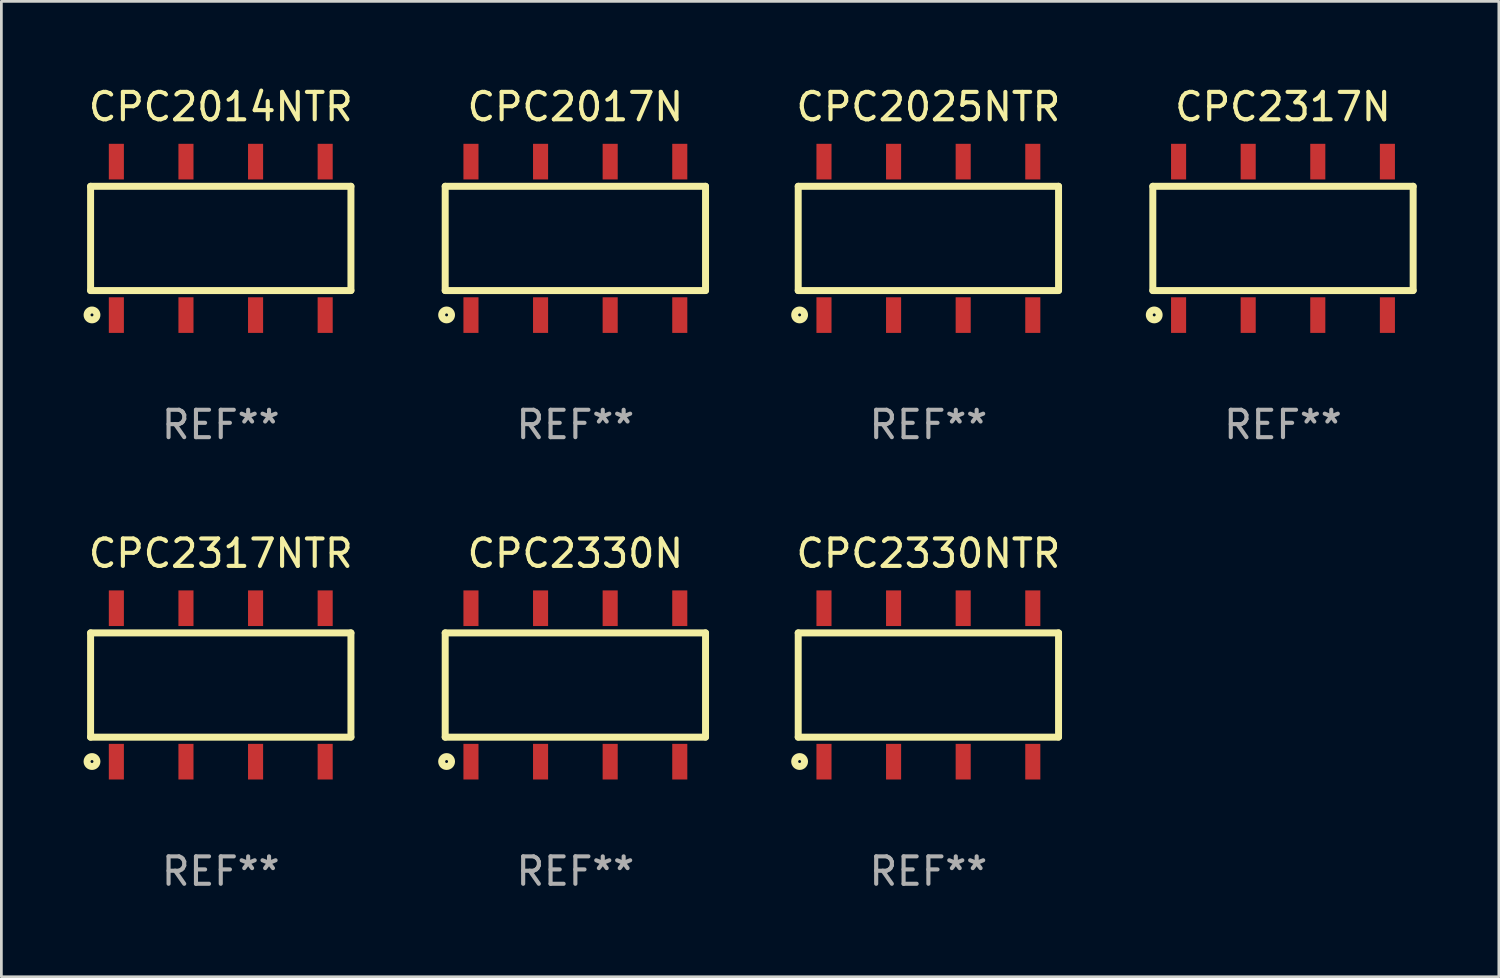
<source format=kicad_pcb>
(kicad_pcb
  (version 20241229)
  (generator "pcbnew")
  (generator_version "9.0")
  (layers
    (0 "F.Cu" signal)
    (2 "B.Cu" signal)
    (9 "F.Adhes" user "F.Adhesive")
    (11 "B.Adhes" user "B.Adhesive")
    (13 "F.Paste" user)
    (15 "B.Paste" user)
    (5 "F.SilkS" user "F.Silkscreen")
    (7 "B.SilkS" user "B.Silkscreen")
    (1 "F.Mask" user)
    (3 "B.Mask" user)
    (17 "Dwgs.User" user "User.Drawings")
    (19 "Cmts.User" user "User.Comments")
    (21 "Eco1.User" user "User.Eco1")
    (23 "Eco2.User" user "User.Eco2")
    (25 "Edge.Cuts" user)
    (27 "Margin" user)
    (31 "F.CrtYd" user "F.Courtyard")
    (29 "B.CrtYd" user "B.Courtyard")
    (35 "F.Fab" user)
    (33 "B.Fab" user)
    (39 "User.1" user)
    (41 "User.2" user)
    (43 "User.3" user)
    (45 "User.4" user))
  (footprint "CPC2330N"
    (layer "F.Cu")
    (at 17.946 21.945)
    (property "Reference" "CPC2330N" (at 0 -4.8 0) (layer "F.SilkS") (effects (font (size 1 1) (thickness 0.15))))
    (attr through_hole)
    (fp_line (start -4.75 -1.9) (end -4.75 1.905) (stroke (width 0.254) (type solid)) (layer "F.SilkS"))
    (fp_line (start -4.75 -1.9) (end 4.75 -1.9) (stroke (width 0.254) (type solid)) (layer "F.SilkS"))
    (fp_line (start -4.75 1.905) (end 4.75 1.905) (stroke (width 0.254) (type solid)) (layer "F.SilkS"))
    (fp_line (start 4.75 -1.9) (end 4.75 1.9) (stroke (width 0.254) (type solid)) (layer "F.SilkS"))
    (fp_circle (center -4.699 2.794) (end -4.519 2.794) (stroke (width 0.254) (type solid)) (fill no) (layer "F.SilkS"))
    (fp_text user "REF**" (at 0 6.8 0) (layer "F.Fab") (effects (font (size 1 1) (thickness 0.15))))
    (pad "1" smd rect (at -3.81 2.8) (size 0.55 1.3) (layers "F.Cu" "F.Mask" "F.Paste"))
    (pad "2" smd rect (at -1.27 2.8) (size 0.55 1.3) (layers "F.Cu" "F.Mask" "F.Paste"))
    (pad "3" smd rect (at 1.27 2.8) (size 0.55 1.3) (layers "F.Cu" "F.Mask" "F.Paste"))
    (pad "4" smd rect (at 3.81 2.8) (size 0.55 1.3) (layers "F.Cu" "F.Mask" "F.Paste"))
    (pad "5" smd rect (at 3.81 -2.8) (size 0.55 1.3) (layers "F.Cu" "F.Mask" "F.Paste"))
    (pad "6" smd rect (at 1.27 -2.8) (size 0.55 1.3) (layers "F.Cu" "F.Mask" "F.Paste"))
    (pad "7" smd rect (at -1.27 -2.8) (size 0.55 1.3) (layers "F.Cu" "F.Mask" "F.Paste"))
    (pad "8" smd rect (at -3.81 -2.8) (size 0.55 1.3) (layers "F.Cu" "F.Mask" "F.Paste")))
  (footprint "CPC2025NTR"
    (layer "F.Cu")
    (at 30.828 5.648)
    (property "Reference" "CPC2025NTR" (at 0 -4.8 0) (layer "F.SilkS") (effects (font (size 1 1) (thickness 0.15))))
    (attr through_hole)
    (fp_line (start -4.75 -1.9) (end -4.75 1.905) (stroke (width 0.254) (type solid)) (layer "F.SilkS"))
    (fp_line (start -4.75 -1.9) (end 4.75 -1.9) (stroke (width 0.254) (type solid)) (layer "F.SilkS"))
    (fp_line (start -4.75 1.905) (end 4.75 1.905) (stroke (width 0.254) (type solid)) (layer "F.SilkS"))
    (fp_line (start 4.75 -1.9) (end 4.75 1.9) (stroke (width 0.254) (type solid)) (layer "F.SilkS"))
    (fp_circle (center -4.699 2.794) (end -4.519 2.794) (stroke (width 0.254) (type solid)) (fill no) (layer "F.SilkS"))
    (fp_text user "REF**" (at 0 6.8 0) (layer "F.Fab") (effects (font (size 1 1) (thickness 0.15))))
    (pad "1" smd rect (at -3.81 2.8) (size 0.55 1.3) (layers "F.Cu" "F.Mask" "F.Paste"))
    (pad "2" smd rect (at -1.27 2.8) (size 0.55 1.3) (layers "F.Cu" "F.Mask" "F.Paste"))
    (pad "3" smd rect (at 1.27 2.8) (size 0.55 1.3) (layers "F.Cu" "F.Mask" "F.Paste"))
    (pad "4" smd rect (at 3.81 2.8) (size 0.55 1.3) (layers "F.Cu" "F.Mask" "F.Paste"))
    (pad "5" smd rect (at 3.81 -2.8) (size 0.55 1.3) (layers "F.Cu" "F.Mask" "F.Paste"))
    (pad "6" smd rect (at 1.27 -2.8) (size 0.55 1.3) (layers "F.Cu" "F.Mask" "F.Paste"))
    (pad "7" smd rect (at -1.27 -2.8) (size 0.55 1.3) (layers "F.Cu" "F.Mask" "F.Paste"))
    (pad "8" smd rect (at -3.81 -2.8) (size 0.55 1.3) (layers "F.Cu" "F.Mask" "F.Paste")))
  (footprint "CPC2330NTR"
    (layer "F.Cu")
    (at 30.828 21.945)
    (property "Reference" "CPC2330NTR" (at 0 -4.8 0) (layer "F.SilkS") (effects (font (size 1 1) (thickness 0.15))))
    (attr through_hole)
    (fp_line (start -4.75 -1.9) (end -4.75 1.905) (stroke (width 0.254) (type solid)) (layer "F.SilkS"))
    (fp_line (start -4.75 -1.9) (end 4.75 -1.9) (stroke (width 0.254) (type solid)) (layer "F.SilkS"))
    (fp_line (start -4.75 1.905) (end 4.75 1.905) (stroke (width 0.254) (type solid)) (layer "F.SilkS"))
    (fp_line (start 4.75 -1.9) (end 4.75 1.9) (stroke (width 0.254) (type solid)) (layer "F.SilkS"))
    (fp_circle (center -4.699 2.794) (end -4.519 2.794) (stroke (width 0.254) (type solid)) (fill no) (layer "F.SilkS"))
    (fp_text user "REF**" (at 0 6.8 0) (layer "F.Fab") (effects (font (size 1 1) (thickness 0.15))))
    (pad "1" smd rect (at -3.81 2.8) (size 0.55 1.3) (layers "F.Cu" "F.Mask" "F.Paste"))
    (pad "2" smd rect (at -1.27 2.8) (size 0.55 1.3) (layers "F.Cu" "F.Mask" "F.Paste"))
    (pad "3" smd rect (at 1.27 2.8) (size 0.55 1.3) (layers "F.Cu" "F.Mask" "F.Paste"))
    (pad "4" smd rect (at 3.81 2.8) (size 0.55 1.3) (layers "F.Cu" "F.Mask" "F.Paste"))
    (pad "5" smd rect (at 3.81 -2.8) (size 0.55 1.3) (layers "F.Cu" "F.Mask" "F.Paste"))
    (pad "6" smd rect (at 1.27 -2.8) (size 0.55 1.3) (layers "F.Cu" "F.Mask" "F.Paste"))
    (pad "7" smd rect (at -1.27 -2.8) (size 0.55 1.3) (layers "F.Cu" "F.Mask" "F.Paste"))
    (pad "8" smd rect (at -3.81 -2.8) (size 0.55 1.3) (layers "F.Cu" "F.Mask" "F.Paste")))
  (footprint "CPC2317N"
    (layer "F.Cu")
    (at 43.768 5.648)
    (property "Reference" "CPC2317N" (at 0 -4.8 0) (layer "F.SilkS") (effects (font (size 1 1) (thickness 0.15))))
    (attr through_hole)
    (fp_line (start -4.75 -1.9) (end -4.75 1.905) (stroke (width 0.254) (type solid)) (layer "F.SilkS"))
    (fp_line (start -4.75 -1.9) (end 4.75 -1.9) (stroke (width 0.254) (type solid)) (layer "F.SilkS"))
    (fp_line (start -4.75 1.905) (end 4.75 1.905) (stroke (width 0.254) (type solid)) (layer "F.SilkS"))
    (fp_line (start 4.75 -1.9) (end 4.75 1.9) (stroke (width 0.254) (type solid)) (layer "F.SilkS"))
    (fp_circle (center -4.699 2.794) (end -4.519 2.794) (stroke (width 0.254) (type solid)) (fill no) (layer "F.SilkS"))
    (fp_text user "REF**" (at 0 6.8 0) (layer "F.Fab") (effects (font (size 1 1) (thickness 0.15))))
    (pad "1" smd rect (at -3.81 2.8) (size 0.55 1.3) (layers "F.Cu" "F.Mask" "F.Paste"))
    (pad "2" smd rect (at -1.27 2.8) (size 0.55 1.3) (layers "F.Cu" "F.Mask" "F.Paste"))
    (pad "3" smd rect (at 1.27 2.8) (size 0.55 1.3) (layers "F.Cu" "F.Mask" "F.Paste"))
    (pad "4" smd rect (at 3.81 2.8) (size 0.55 1.3) (layers "F.Cu" "F.Mask" "F.Paste"))
    (pad "5" smd rect (at 3.81 -2.8) (size 0.55 1.3) (layers "F.Cu" "F.Mask" "F.Paste"))
    (pad "6" smd rect (at 1.27 -2.8) (size 0.55 1.3) (layers "F.Cu" "F.Mask" "F.Paste"))
    (pad "7" smd rect (at -1.27 -2.8) (size 0.55 1.3) (layers "F.Cu" "F.Mask" "F.Paste"))
    (pad "8" smd rect (at -3.81 -2.8) (size 0.55 1.3) (layers "F.Cu" "F.Mask" "F.Paste")))
  (footprint "CPC2014NTR"
    (layer "F.Cu")
    (at 5.006 5.648)
    (property "Reference" "CPC2014NTR" (at 0 -4.8 0) (layer "F.SilkS") (effects (font (size 1 1) (thickness 0.15))))
    (attr through_hole)
    (fp_line (start -4.75 -1.9) (end -4.75 1.905) (stroke (width 0.254) (type solid)) (layer "F.SilkS"))
    (fp_line (start -4.75 -1.9) (end 4.75 -1.9) (stroke (width 0.254) (type solid)) (layer "F.SilkS"))
    (fp_line (start -4.75 1.905) (end 4.75 1.905) (stroke (width 0.254) (type solid)) (layer "F.SilkS"))
    (fp_line (start 4.75 -1.9) (end 4.75 1.9) (stroke (width 0.254) (type solid)) (layer "F.SilkS"))
    (fp_circle (center -4.699 2.794) (end -4.519 2.794) (stroke (width 0.254) (type solid)) (fill no) (layer "F.SilkS"))
    (fp_text user "REF**" (at 0 6.8 0) (layer "F.Fab") (effects (font (size 1 1) (thickness 0.15))))
    (pad "1" smd rect (at -3.81 2.8) (size 0.55 1.3) (layers "F.Cu" "F.Mask" "F.Paste"))
    (pad "2" smd rect (at -1.27 2.8) (size 0.55 1.3) (layers "F.Cu" "F.Mask" "F.Paste"))
    (pad "3" smd rect (at 1.27 2.8) (size 0.55 1.3) (layers "F.Cu" "F.Mask" "F.Paste"))
    (pad "4" smd rect (at 3.81 2.8) (size 0.55 1.3) (layers "F.Cu" "F.Mask" "F.Paste"))
    (pad "5" smd rect (at 3.81 -2.8) (size 0.55 1.3) (layers "F.Cu" "F.Mask" "F.Paste"))
    (pad "6" smd rect (at 1.27 -2.8) (size 0.55 1.3) (layers "F.Cu" "F.Mask" "F.Paste"))
    (pad "7" smd rect (at -1.27 -2.8) (size 0.55 1.3) (layers "F.Cu" "F.Mask" "F.Paste"))
    (pad "8" smd rect (at -3.81 -2.8) (size 0.55 1.3) (layers "F.Cu" "F.Mask" "F.Paste")))
  (footprint "CPC2017N"
    (layer "F.Cu")
    (at 17.946 5.648)
    (property "Reference" "CPC2017N" (at 0 -4.8 0) (layer "F.SilkS") (effects (font (size 1 1) (thickness 0.15))))
    (attr through_hole)
    (fp_line (start -4.75 -1.9) (end -4.75 1.905) (stroke (width 0.254) (type solid)) (layer "F.SilkS"))
    (fp_line (start -4.75 -1.9) (end 4.75 -1.9) (stroke (width 0.254) (type solid)) (layer "F.SilkS"))
    (fp_line (start -4.75 1.905) (end 4.75 1.905) (stroke (width 0.254) (type solid)) (layer "F.SilkS"))
    (fp_line (start 4.75 -1.9) (end 4.75 1.9) (stroke (width 0.254) (type solid)) (layer "F.SilkS"))
    (fp_circle (center -4.699 2.794) (end -4.519 2.794) (stroke (width 0.254) (type solid)) (fill no) (layer "F.SilkS"))
    (fp_text user "REF**" (at 0 6.8 0) (layer "F.Fab") (effects (font (size 1 1) (thickness 0.15))))
    (pad "1" smd rect (at -3.81 2.8) (size 0.55 1.3) (layers "F.Cu" "F.Mask" "F.Paste"))
    (pad "2" smd rect (at -1.27 2.8) (size 0.55 1.3) (layers "F.Cu" "F.Mask" "F.Paste"))
    (pad "3" smd rect (at 1.27 2.8) (size 0.55 1.3) (layers "F.Cu" "F.Mask" "F.Paste"))
    (pad "4" smd rect (at 3.81 2.8) (size 0.55 1.3) (layers "F.Cu" "F.Mask" "F.Paste"))
    (pad "5" smd rect (at 3.81 -2.8) (size 0.55 1.3) (layers "F.Cu" "F.Mask" "F.Paste"))
    (pad "6" smd rect (at 1.27 -2.8) (size 0.55 1.3) (layers "F.Cu" "F.Mask" "F.Paste"))
    (pad "7" smd rect (at -1.27 -2.8) (size 0.55 1.3) (layers "F.Cu" "F.Mask" "F.Paste"))
    (pad "8" smd rect (at -3.81 -2.8) (size 0.55 1.3) (layers "F.Cu" "F.Mask" "F.Paste")))
  (footprint "CPC2317NTR"
    (layer "F.Cu")
    (at 5.006 21.945)
    (property "Reference" "CPC2317NTR" (at 0 -4.8 0) (layer "F.SilkS") (effects (font (size 1 1) (thickness 0.15))))
    (attr through_hole)
    (fp_line (start -4.75 -1.9) (end -4.75 1.905) (stroke (width 0.254) (type solid)) (layer "F.SilkS"))
    (fp_line (start -4.75 -1.9) (end 4.75 -1.9) (stroke (width 0.254) (type solid)) (layer "F.SilkS"))
    (fp_line (start -4.75 1.905) (end 4.75 1.905) (stroke (width 0.254) (type solid)) (layer "F.SilkS"))
    (fp_line (start 4.75 -1.9) (end 4.75 1.9) (stroke (width 0.254) (type solid)) (layer "F.SilkS"))
    (fp_circle (center -4.699 2.794) (end -4.519 2.794) (stroke (width 0.254) (type solid)) (fill no) (layer "F.SilkS"))
    (fp_text user "REF**" (at 0 6.8 0) (layer "F.Fab") (effects (font (size 1 1) (thickness 0.15))))
    (pad "1" smd rect (at -3.81 2.8) (size 0.55 1.3) (layers "F.Cu" "F.Mask" "F.Paste"))
    (pad "2" smd rect (at -1.27 2.8) (size 0.55 1.3) (layers "F.Cu" "F.Mask" "F.Paste"))
    (pad "3" smd rect (at 1.27 2.8) (size 0.55 1.3) (layers "F.Cu" "F.Mask" "F.Paste"))
    (pad "4" smd rect (at 3.81 2.8) (size 0.55 1.3) (layers "F.Cu" "F.Mask" "F.Paste"))
    (pad "5" smd rect (at 3.81 -2.8) (size 0.55 1.3) (layers "F.Cu" "F.Mask" "F.Paste"))
    (pad "6" smd rect (at 1.27 -2.8) (size 0.55 1.3) (layers "F.Cu" "F.Mask" "F.Paste"))
    (pad "7" smd rect (at -1.27 -2.8) (size 0.55 1.3) (layers "F.Cu" "F.Mask" "F.Paste"))
    (pad "8" smd rect (at -3.81 -2.8) (size 0.55 1.3) (layers "F.Cu" "F.Mask" "F.Paste")))
  (gr_rect
    (start -3 -3)
    (end 51.645 32.593)
    (stroke (width 0.1) (type default))
    (fill no)
    (layer "Edge.Cuts")))
</source>
